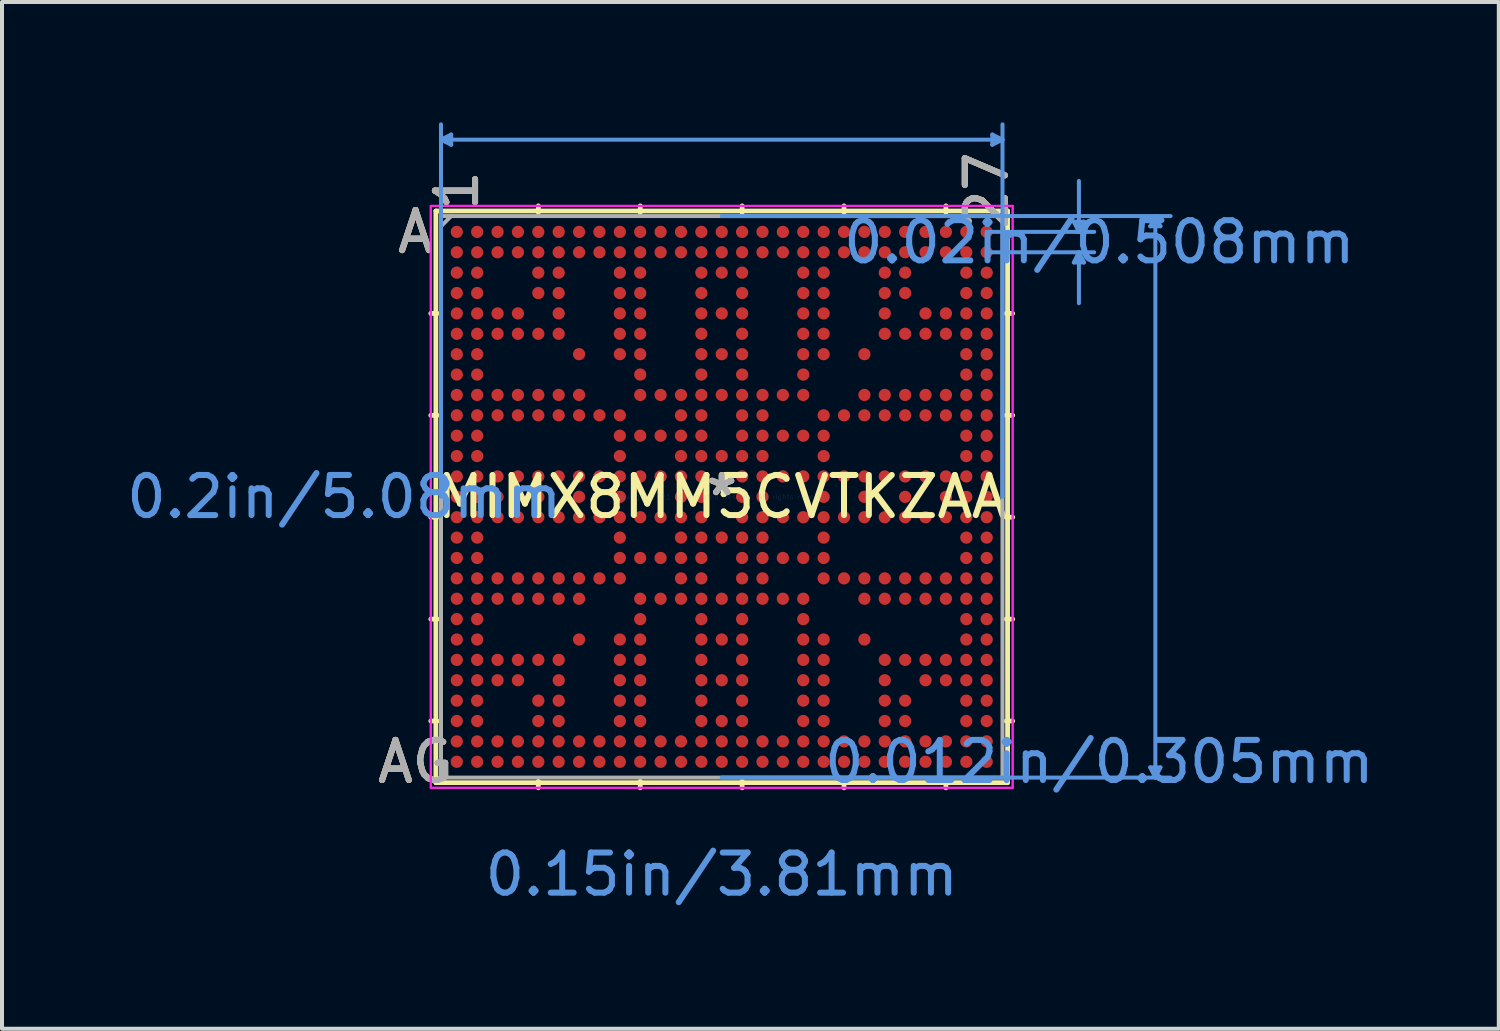
<source format=kicad_pcb>
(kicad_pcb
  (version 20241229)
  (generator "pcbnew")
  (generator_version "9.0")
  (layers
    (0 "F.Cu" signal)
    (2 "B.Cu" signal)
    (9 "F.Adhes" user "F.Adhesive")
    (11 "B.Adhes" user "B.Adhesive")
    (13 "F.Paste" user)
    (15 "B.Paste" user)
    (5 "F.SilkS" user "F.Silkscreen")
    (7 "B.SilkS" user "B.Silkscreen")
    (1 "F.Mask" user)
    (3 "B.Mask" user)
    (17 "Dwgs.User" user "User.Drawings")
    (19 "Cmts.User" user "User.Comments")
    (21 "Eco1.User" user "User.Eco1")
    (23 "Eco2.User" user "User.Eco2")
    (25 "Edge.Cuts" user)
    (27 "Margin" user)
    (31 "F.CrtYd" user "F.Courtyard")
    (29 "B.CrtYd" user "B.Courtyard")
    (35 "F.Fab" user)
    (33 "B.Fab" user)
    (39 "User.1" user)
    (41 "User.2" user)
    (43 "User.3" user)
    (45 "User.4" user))
  (footprint "MIMX8MM5CVTKZAA"
    (layer "F.Cu")
    (at 14.94 9.334)
    (property "Reference" "MIMX8MM5CVTKZAA" (at 0 0 0) (layer "F.SilkS") (effects (font (size 1 1) (thickness 0.15))))
    (attr through_hole)
    (fp_line (start -7.125 -7.125) (end -7.125 7.125) (stroke (width 0.12) (type solid)) (layer "F.SilkS"))
    (fp_line (start -7.125 7.125) (end 7.125 7.125) (stroke (width 0.12) (type solid)) (layer "F.SilkS"))
    (fp_line (start -7.089 -4.572) (end -7.252 -4.572) (stroke (width 0.12) (type solid)) (layer "F.SilkS"))
    (fp_line (start -7.089 -2.032) (end -7.252 -2.032) (stroke (width 0.12) (type solid)) (layer "F.SilkS"))
    (fp_line (start -7.089 0.508) (end -7.252 0.508) (stroke (width 0.12) (type solid)) (layer "F.SilkS"))
    (fp_line (start -7.089 3.048) (end -7.252 3.048) (stroke (width 0.12) (type solid)) (layer "F.SilkS"))
    (fp_line (start -7.089 5.588) (end -7.252 5.588) (stroke (width 0.12) (type solid)) (layer "F.SilkS"))
    (fp_line (start -4.572 -7.089) (end -4.572 -7.252) (stroke (width 0.12) (type solid)) (layer "F.SilkS"))
    (fp_line (start -4.572 7.089) (end -4.572 7.252) (stroke (width 0.12) (type solid)) (layer "F.SilkS"))
    (fp_line (start -2.032 -7.089) (end -2.032 -7.252) (stroke (width 0.12) (type solid)) (layer "F.SilkS"))
    (fp_line (start -2.032 7.089) (end -2.032 7.252) (stroke (width 0.12) (type solid)) (layer "F.SilkS"))
    (fp_line (start 0.508 -7.089) (end 0.508 -7.252) (stroke (width 0.12) (type solid)) (layer "F.SilkS"))
    (fp_line (start 0.508 7.089) (end 0.508 7.252) (stroke (width 0.12) (type solid)) (layer "F.SilkS"))
    (fp_line (start 3.048 -7.089) (end 3.048 -7.252) (stroke (width 0.12) (type solid)) (layer "F.SilkS"))
    (fp_line (start 3.048 7.089) (end 3.048 7.252) (stroke (width 0.12) (type solid)) (layer "F.SilkS"))
    (fp_line (start 5.588 -7.089) (end 5.588 -7.252) (stroke (width 0.12) (type solid)) (layer "F.SilkS"))
    (fp_line (start 5.588 7.089) (end 5.588 7.252) (stroke (width 0.12) (type solid)) (layer "F.SilkS"))
    (fp_line (start 7.089 -4.572) (end 7.252 -4.572) (stroke (width 0.12) (type solid)) (layer "F.SilkS"))
    (fp_line (start 7.089 -2.032) (end 7.252 -2.032) (stroke (width 0.12) (type solid)) (layer "F.SilkS"))
    (fp_line (start 7.089 0.508) (end 7.252 0.508) (stroke (width 0.12) (type solid)) (layer "F.SilkS"))
    (fp_line (start 7.089 3.048) (end 7.252 3.048) (stroke (width 0.12) (type solid)) (layer "F.SilkS"))
    (fp_line (start 7.089 5.588) (end 7.252 5.588) (stroke (width 0.12) (type solid)) (layer "F.SilkS"))
    (fp_line (start 7.125 -7.125) (end -7.125 -7.125) (stroke (width 0.12) (type solid)) (layer "F.SilkS"))
    (fp_line (start 7.125 7.125) (end 7.125 -7.125) (stroke (width 0.12) (type solid)) (layer "F.SilkS"))
    (fp_line (start -6.998 -8.903) (end -6.744 -9.03) (stroke (width 0.1) (type solid)) (layer "Cmts.User"))
    (fp_line (start -6.998 -8.903) (end -6.744 -8.776) (stroke (width 0.1) (type solid)) (layer "Cmts.User"))
    (fp_line (start -6.998 -8.903) (end 6.998 -8.903) (stroke (width 0.1) (type solid)) (layer "Cmts.User"))
    (fp_line (start -6.998 0) (end -6.998 -9.284) (stroke (width 0.1) (type solid)) (layer "Cmts.User"))
    (fp_line (start -6.744 -9.03) (end -6.744 -8.776) (stroke (width 0.1) (type solid)) (layer "Cmts.User"))
    (fp_line (start 0 -6.998) (end 11.189 -6.998) (stroke (width 0.1) (type solid)) (layer "Cmts.User"))
    (fp_line (start 0 6.998) (end 11.189 6.998) (stroke (width 0.1) (type solid)) (layer "Cmts.User"))
    (fp_line (start 6.604 -6.604) (end 9.284 -6.604) (stroke (width 0.1) (type solid)) (layer "Cmts.User"))
    (fp_line (start 6.604 -6.096) (end 9.284 -6.096) (stroke (width 0.1) (type solid)) (layer "Cmts.User"))
    (fp_line (start 6.744 -9.03) (end 6.744 -8.776) (stroke (width 0.1) (type solid)) (layer "Cmts.User"))
    (fp_line (start 6.998 -8.903) (end 6.744 -9.03) (stroke (width 0.1) (type solid)) (layer "Cmts.User"))
    (fp_line (start 6.998 -8.903) (end 6.744 -8.776) (stroke (width 0.1) (type solid)) (layer "Cmts.User"))
    (fp_line (start 6.998 0) (end 6.998 -9.284) (stroke (width 0.1) (type solid)) (layer "Cmts.User"))
    (fp_line (start 8.776 -6.858) (end 9.03 -6.858) (stroke (width 0.1) (type solid)) (layer "Cmts.User"))
    (fp_line (start 8.776 -5.842) (end 9.03 -5.842) (stroke (width 0.1) (type solid)) (layer "Cmts.User"))
    (fp_line (start 8.903 -6.604) (end 8.776 -6.858) (stroke (width 0.1) (type solid)) (layer "Cmts.User"))
    (fp_line (start 8.903 -6.604) (end 8.903 -7.874) (stroke (width 0.1) (type solid)) (layer "Cmts.User"))
    (fp_line (start 8.903 -6.604) (end 9.03 -6.858) (stroke (width 0.1) (type solid)) (layer "Cmts.User"))
    (fp_line (start 8.903 -6.096) (end 8.776 -5.842) (stroke (width 0.1) (type solid)) (layer "Cmts.User"))
    (fp_line (start 8.903 -6.096) (end 8.903 -4.826) (stroke (width 0.1) (type solid)) (layer "Cmts.User"))
    (fp_line (start 8.903 -6.096) (end 9.03 -5.842) (stroke (width 0.1) (type solid)) (layer "Cmts.User"))
    (fp_line (start 10.681 -6.744) (end 10.935 -6.744) (stroke (width 0.1) (type solid)) (layer "Cmts.User"))
    (fp_line (start 10.681 6.744) (end 10.935 6.744) (stroke (width 0.1) (type solid)) (layer "Cmts.User"))
    (fp_line (start 10.808 -6.998) (end 10.681 -6.744) (stroke (width 0.1) (type solid)) (layer "Cmts.User"))
    (fp_line (start 10.808 -6.998) (end 10.808 6.998) (stroke (width 0.1) (type solid)) (layer "Cmts.User"))
    (fp_line (start 10.808 -6.998) (end 10.935 -6.744) (stroke (width 0.1) (type solid)) (layer "Cmts.User"))
    (fp_line (start 10.808 6.998) (end 10.681 6.744) (stroke (width 0.1) (type solid)) (layer "Cmts.User"))
    (fp_line (start 10.808 6.998) (end 10.935 6.744) (stroke (width 0.1) (type solid)) (layer "Cmts.User"))
    (fp_line (start -7.252 -7.252) (end 7.252 -7.252) (stroke (width 0.05) (type solid)) (layer "F.CrtYd"))
    (fp_line (start -7.252 -7.252) (end 7.252 -7.252) (stroke (width 0.05) (type solid)) (layer "F.CrtYd"))
    (fp_line (start -7.252 7.252) (end -7.252 -7.252) (stroke (width 0.05) (type solid)) (layer "F.CrtYd"))
    (fp_line (start -7.252 7.252) (end -7.252 -7.252) (stroke (width 0.05) (type solid)) (layer "F.CrtYd"))
    (fp_line (start 7.252 -7.252) (end 7.252 7.252) (stroke (width 0.05) (type solid)) (layer "F.CrtYd"))
    (fp_line (start 7.252 -7.252) (end 7.252 7.252) (stroke (width 0.05) (type solid)) (layer "F.CrtYd"))
    (fp_line (start 7.252 7.252) (end -7.252 7.252) (stroke (width 0.05) (type solid)) (layer "F.CrtYd"))
    (fp_line (start 7.252 7.252) (end -7.252 7.252) (stroke (width 0.05) (type solid)) (layer "F.CrtYd"))
    (fp_line (start -6.998 -6.998) (end -6.998 6.998) (stroke (width 0.1) (type solid)) (layer "F.Fab"))
    (fp_line (start -6.998 6.998) (end 6.998 6.998) (stroke (width 0.1) (type solid)) (layer "F.Fab"))
    (fp_line (start -6.744 -6.998) (end -6.998 -6.744) (stroke (width 0.1) (type solid)) (layer "F.Fab"))
    (fp_line (start 6.998 -6.998) (end -6.998 -6.998) (stroke (width 0.1) (type solid)) (layer "F.Fab"))
    (fp_line (start 6.998 6.998) (end 6.998 -6.998) (stroke (width 0.1) (type solid)) (layer "F.Fab"))
    (fp_text user "27" (at 6.604 -7.633 90) (layer "F.SilkS") (effects (font (size 1 1) (thickness 0.15))))
    (fp_text user "A" (at -7.633 -6.604 0) (layer "F.SilkS") (effects (font (size 1 1) (thickness 0.15))))
    (fp_text user "AG" (at -7.633 6.604 0) (layer "F.SilkS") (effects (font (size 1 1) (thickness 0.15))))
    (fp_text user "1" (at -6.604 -7.633 90) (layer "F.SilkS") (effects (font (size 1 1) (thickness 0.15))))
    (fp_text user "*" (at 0 0 0) (layer "F.SilkS") (effects (font (size 1 1) (thickness 0.15))))
    (fp_text user "A" (at -7.633 -6.604 0) (layer "B.SilkS") (effects (font (size 1 1) (thickness 0.15))))
    (fp_text user "27" (at 6.604 -7.633 90) (layer "B.SilkS") (effects (font (size 1 1) (thickness 0.15))))
    (fp_text user "1" (at -6.604 -7.633 90) (layer "B.SilkS") (effects (font (size 1 1) (thickness 0.15))))
    (fp_text user "AG" (at -7.633 6.604 0) (layer "B.SilkS") (effects (font (size 1 1) (thickness 0.15))))
    (fp_text user "0.012in/0.305mm" (at 9.411 6.604 0) (layer "Cmts.User") (effects (font (size 1 1) (thickness 0.15))))
    (fp_text user "Copyright 2021 Accelerated Designs. All rights reserved." (at 0 0 0) (layer "Cmts.User") (effects (font (size 0.127 0.127) (thickness 0.002))))
    (fp_text user "0.15in/3.81mm" (at 0 9.411 0) (layer "Cmts.User") (effects (font (size 1 1) (thickness 0.15))))
    (fp_text user "0.02in/0.508mm" (at 9.411 -6.35 0) (layer "Cmts.User") (effects (font (size 1 1) (thickness 0.15))))
    (fp_text user "0.2in/5.08mm" (at -9.411 0 0) (layer "Cmts.User") (effects (font (size 1 1) (thickness 0.15))))
    (fp_text user "AG" (at -7.633 6.604 0) (layer "F.Fab") (effects (font (size 1 1) (thickness 0.15))))
    (fp_text user "*" (at 0 0 0) (layer "F.Fab") (effects (font (size 1 1) (thickness 0.15))))
    (fp_text user "A" (at -7.633 -6.604 0) (layer "F.Fab") (effects (font (size 1 1) (thickness 0.15))))
    (fp_text user "1" (at -6.604 -7.633 90) (layer "F.Fab") (effects (font (size 1 1) (thickness 0.15))))
    (fp_text user "27" (at 6.604 -7.633 90) (layer "F.Fab") (effects (font (size 1 1) (thickness 0.15))))
    (pad "A1" smd circle (at -6.604 -6.604) (size 0.305 0.305) (layers "F.Cu" "F.Mask" "F.Paste"))
    (pad "A2" smd circle (at -6.096 -6.604) (size 0.305 0.305) (layers "F.Cu" "F.Mask" "F.Paste"))
    (pad "A3" smd circle (at -5.588 -6.604) (size 0.305 0.305) (layers "F.Cu" "F.Mask" "F.Paste"))
    (pad "A4" smd circle (at -5.08 -6.604) (size 0.305 0.305) (layers "F.Cu" "F.Mask" "F.Paste"))
    (pad "A5" smd circle (at -4.572 -6.604) (size 0.305 0.305) (layers "F.Cu" "F.Mask" "F.Paste"))
    (pad "A6" smd circle (at -4.064 -6.604) (size 0.305 0.305) (layers "F.Cu" "F.Mask" "F.Paste"))
    (pad "A7" smd circle (at -3.556 -6.604) (size 0.305 0.305) (layers "F.Cu" "F.Mask" "F.Paste"))
    (pad "A8" smd circle (at -3.048 -6.604) (size 0.305 0.305) (layers "F.Cu" "F.Mask" "F.Paste"))
    (pad "A9" smd circle (at -2.54 -6.604) (size 0.305 0.305) (layers "F.Cu" "F.Mask" "F.Paste"))
    (pad "A10" smd circle (at -2.032 -6.604) (size 0.305 0.305) (layers "F.Cu" "F.Mask" "F.Paste"))
    (pad "A11" smd circle (at -1.524 -6.604) (size 0.305 0.305) (layers "F.Cu" "F.Mask" "F.Paste"))
    (pad "A12" smd circle (at -1.016 -6.604) (size 0.305 0.305) (layers "F.Cu" "F.Mask" "F.Paste"))
    (pad "A13" smd circle (at -0.508 -6.604) (size 0.305 0.305) (layers "F.Cu" "F.Mask" "F.Paste"))
    (pad "A14" smd circle (at 0 -6.604) (size 0.305 0.305) (layers "F.Cu" "F.Mask" "F.Paste"))
    (pad "A15" smd circle (at 0.508 -6.604) (size 0.305 0.305) (layers "F.Cu" "F.Mask" "F.Paste"))
    (pad "A16" smd circle (at 1.016 -6.604) (size 0.305 0.305) (layers "F.Cu" "F.Mask" "F.Paste"))
    (pad "A17" smd circle (at 1.524 -6.604) (size 0.305 0.305) (layers "F.Cu" "F.Mask" "F.Paste"))
    (pad "A18" smd circle (at 2.032 -6.604) (size 0.305 0.305) (layers "F.Cu" "F.Mask" "F.Paste"))
    (pad "A19" smd circle (at 2.54 -6.604) (size 0.305 0.305) (layers "F.Cu" "F.Mask" "F.Paste"))
    (pad "A20" smd circle (at 3.048 -6.604) (size 0.305 0.305) (layers "F.Cu" "F.Mask" "F.Paste"))
    (pad "A21" smd circle (at 3.556 -6.604) (size 0.305 0.305) (layers "F.Cu" "F.Mask" "F.Paste"))
    (pad "A22" smd circle (at 4.064 -6.604) (size 0.305 0.305) (layers "F.Cu" "F.Mask" "F.Paste"))
    (pad "A23" smd circle (at 4.572 -6.604) (size 0.305 0.305) (layers "F.Cu" "F.Mask" "F.Paste"))
    (pad "A24" smd circle (at 5.08 -6.604) (size 0.305 0.305) (layers "F.Cu" "F.Mask" "F.Paste"))
    (pad "A25" smd circle (at 5.588 -6.604) (size 0.305 0.305) (layers "F.Cu" "F.Mask" "F.Paste"))
    (pad "A26" smd circle (at 6.096 -6.604) (size 0.305 0.305) (layers "F.Cu" "F.Mask" "F.Paste"))
    (pad "A27" smd circle (at 6.604 -6.604) (size 0.305 0.305) (layers "F.Cu" "F.Mask" "F.Paste"))
    (pad "AA1" smd circle (at -6.604 3.556) (size 0.305 0.305) (layers "F.Cu" "F.Mask" "F.Paste"))
    (pad "AA2" smd circle (at -6.096 3.556) (size 0.305 0.305) (layers "F.Cu" "F.Mask" "F.Paste"))
    (pad "AA7" smd circle (at -3.556 3.556) (size 0.305 0.305) (layers "F.Cu" "F.Mask" "F.Paste"))
    (pad "AA9" smd circle (at -2.54 3.556) (size 0.305 0.305) (layers "F.Cu" "F.Mask" "F.Paste"))
    (pad "AA10" smd circle (at -2.032 3.556) (size 0.305 0.305) (layers "F.Cu" "F.Mask" "F.Paste"))
    (pad "AA13" smd circle (at -0.508 3.556) (size 0.305 0.305) (layers "F.Cu" "F.Mask" "F.Paste"))
    (pad "AA14" smd circle (at 0 3.556) (size 0.305 0.305) (layers "F.Cu" "F.Mask" "F.Paste"))
    (pad "AA15" smd circle (at 0.508 3.556) (size 0.305 0.305) (layers "F.Cu" "F.Mask" "F.Paste"))
    (pad "AA18" smd circle (at 2.032 3.556) (size 0.305 0.305) (layers "F.Cu" "F.Mask" "F.Paste"))
    (pad "AA19" smd circle (at 2.54 3.556) (size 0.305 0.305) (layers "F.Cu" "F.Mask" "F.Paste"))
    (pad "AA21" smd circle (at 3.556 3.556) (size 0.305 0.305) (layers "F.Cu" "F.Mask" "F.Paste"))
    (pad "AA26" smd circle (at 6.096 3.556) (size 0.305 0.305) (layers "F.Cu" "F.Mask" "F.Paste"))
    (pad "AA27" smd circle (at 6.604 3.556) (size 0.305 0.305) (layers "F.Cu" "F.Mask" "F.Paste"))
    (pad "AB1" smd circle (at -6.604 4.064) (size 0.305 0.305) (layers "F.Cu" "F.Mask" "F.Paste"))
    (pad "AB2" smd circle (at -6.096 4.064) (size 0.305 0.305) (layers "F.Cu" "F.Mask" "F.Paste"))
    (pad "AB3" smd circle (at -5.588 4.064) (size 0.305 0.305) (layers "F.Cu" "F.Mask" "F.Paste"))
    (pad "AB4" smd circle (at -5.08 4.064) (size 0.305 0.305) (layers "F.Cu" "F.Mask" "F.Paste"))
    (pad "AB5" smd circle (at -4.572 4.064) (size 0.305 0.305) (layers "F.Cu" "F.Mask" "F.Paste"))
    (pad "AB6" smd circle (at -4.064 4.064) (size 0.305 0.305) (layers "F.Cu" "F.Mask" "F.Paste"))
    (pad "AB9" smd circle (at -2.54 4.064) (size 0.305 0.305) (layers "F.Cu" "F.Mask" "F.Paste"))
    (pad "AB10" smd circle (at -2.032 4.064) (size 0.305 0.305) (layers "F.Cu" "F.Mask" "F.Paste"))
    (pad "AB13" smd circle (at -0.508 4.064) (size 0.305 0.305) (layers "F.Cu" "F.Mask" "F.Paste"))
    (pad "AB15" smd circle (at 0.508 4.064) (size 0.305 0.305) (layers "F.Cu" "F.Mask" "F.Paste"))
    (pad "AB18" smd circle (at 2.032 4.064) (size 0.305 0.305) (layers "F.Cu" "F.Mask" "F.Paste"))
    (pad "AB19" smd circle (at 2.54 4.064) (size 0.305 0.305) (layers "F.Cu" "F.Mask" "F.Paste"))
    (pad "AB22" smd circle (at 4.064 4.064) (size 0.305 0.305) (layers "F.Cu" "F.Mask" "F.Paste"))
    (pad "AB23" smd circle (at 4.572 4.064) (size 0.305 0.305) (layers "F.Cu" "F.Mask" "F.Paste"))
    (pad "AB24" smd circle (at 5.08 4.064) (size 0.305 0.305) (layers "F.Cu" "F.Mask" "F.Paste"))
    (pad "AB25" smd circle (at 5.588 4.064) (size 0.305 0.305) (layers "F.Cu" "F.Mask" "F.Paste"))
    (pad "AB26" smd circle (at 6.096 4.064) (size 0.305 0.305) (layers "F.Cu" "F.Mask" "F.Paste"))
    (pad "AB27" smd circle (at 6.604 4.064) (size 0.305 0.305) (layers "F.Cu" "F.Mask" "F.Paste"))
    (pad "AC1" smd circle (at -6.604 4.572) (size 0.305 0.305) (layers "F.Cu" "F.Mask" "F.Paste"))
    (pad "AC2" smd circle (at -6.096 4.572) (size 0.305 0.305) (layers "F.Cu" "F.Mask" "F.Paste"))
    (pad "AC3" smd circle (at -5.588 4.572) (size 0.305 0.305) (layers "F.Cu" "F.Mask" "F.Paste"))
    (pad "AC4" smd circle (at -5.08 4.572) (size 0.305 0.305) (layers "F.Cu" "F.Mask" "F.Paste"))
    (pad "AC6" smd circle (at -4.064 4.572) (size 0.305 0.305) (layers "F.Cu" "F.Mask" "F.Paste"))
    (pad "AC9" smd circle (at -2.54 4.572) (size 0.305 0.305) (layers "F.Cu" "F.Mask" "F.Paste"))
    (pad "AC10" smd circle (at -2.032 4.572) (size 0.305 0.305) (layers "F.Cu" "F.Mask" "F.Paste"))
    (pad "AC13" smd circle (at -0.508 4.572) (size 0.305 0.305) (layers "F.Cu" "F.Mask" "F.Paste"))
    (pad "AC14" smd circle (at 0 4.572) (size 0.305 0.305) (layers "F.Cu" "F.Mask" "F.Paste"))
    (pad "AC15" smd circle (at 0.508 4.572) (size 0.305 0.305) (layers "F.Cu" "F.Mask" "F.Paste"))
    (pad "AC18" smd circle (at 2.032 4.572) (size 0.305 0.305) (layers "F.Cu" "F.Mask" "F.Paste"))
    (pad "AC19" smd circle (at 2.54 4.572) (size 0.305 0.305) (layers "F.Cu" "F.Mask" "F.Paste"))
    (pad "AC22" smd circle (at 4.064 4.572) (size 0.305 0.305) (layers "F.Cu" "F.Mask" "F.Paste"))
    (pad "AC24" smd circle (at 5.08 4.572) (size 0.305 0.305) (layers "F.Cu" "F.Mask" "F.Paste"))
    (pad "AC25" smd circle (at 5.588 4.572) (size 0.305 0.305) (layers "F.Cu" "F.Mask" "F.Paste"))
    (pad "AC26" smd circle (at 6.096 4.572) (size 0.305 0.305) (layers "F.Cu" "F.Mask" "F.Paste"))
    (pad "AC27" smd circle (at 6.604 4.572) (size 0.305 0.305) (layers "F.Cu" "F.Mask" "F.Paste"))
    (pad "AD1" smd circle (at -6.604 5.08) (size 0.305 0.305) (layers "F.Cu" "F.Mask" "F.Paste"))
    (pad "AD2" smd circle (at -6.096 5.08) (size 0.305 0.305) (layers "F.Cu" "F.Mask" "F.Paste"))
    (pad "AD5" smd circle (at -4.572 5.08) (size 0.305 0.305) (layers "F.Cu" "F.Mask" "F.Paste"))
    (pad "AD6" smd circle (at -4.064 5.08) (size 0.305 0.305) (layers "F.Cu" "F.Mask" "F.Paste"))
    (pad "AD9" smd circle (at -2.54 5.08) (size 0.305 0.305) (layers "F.Cu" "F.Mask" "F.Paste"))
    (pad "AD10" smd circle (at -2.032 5.08) (size 0.305 0.305) (layers "F.Cu" "F.Mask" "F.Paste"))
    (pad "AD13" smd circle (at -0.508 5.08) (size 0.305 0.305) (layers "F.Cu" "F.Mask" "F.Paste"))
    (pad "AD15" smd circle (at 0.508 5.08) (size 0.305 0.305) (layers "F.Cu" "F.Mask" "F.Paste"))
    (pad "AD18" smd circle (at 2.032 5.08) (size 0.305 0.305) (layers "F.Cu" "F.Mask" "F.Paste"))
    (pad "AD19" smd circle (at 2.54 5.08) (size 0.305 0.305) (layers "F.Cu" "F.Mask" "F.Paste"))
    (pad "AD22" smd circle (at 4.064 5.08) (size 0.305 0.305) (layers "F.Cu" "F.Mask" "F.Paste"))
    (pad "AD23" smd circle (at 4.572 5.08) (size 0.305 0.305) (layers "F.Cu" "F.Mask" "F.Paste"))
    (pad "AD26" smd circle (at 6.096 5.08) (size 0.305 0.305) (layers "F.Cu" "F.Mask" "F.Paste"))
    (pad "AD27" smd circle (at 6.604 5.08) (size 0.305 0.305) (layers "F.Cu" "F.Mask" "F.Paste"))
    (pad "AE1" smd circle (at -6.604 5.588) (size 0.305 0.305) (layers "F.Cu" "F.Mask" "F.Paste"))
    (pad "AE2" smd circle (at -6.096 5.588) (size 0.305 0.305) (layers "F.Cu" "F.Mask" "F.Paste"))
    (pad "AE5" smd circle (at -4.572 5.588) (size 0.305 0.305) (layers "F.Cu" "F.Mask" "F.Paste"))
    (pad "AE6" smd circle (at -4.064 5.588) (size 0.305 0.305) (layers "F.Cu" "F.Mask" "F.Paste"))
    (pad "AE9" smd circle (at -2.54 5.588) (size 0.305 0.305) (layers "F.Cu" "F.Mask" "F.Paste"))
    (pad "AE10" smd circle (at -2.032 5.588) (size 0.305 0.305) (layers "F.Cu" "F.Mask" "F.Paste"))
    (pad "AE13" smd circle (at -0.508 5.588) (size 0.305 0.305) (layers "F.Cu" "F.Mask" "F.Paste"))
    (pad "AE14" smd circle (at 0 5.588) (size 0.305 0.305) (layers "F.Cu" "F.Mask" "F.Paste"))
    (pad "AE15" smd circle (at 0.508 5.588) (size 0.305 0.305) (layers "F.Cu" "F.Mask" "F.Paste"))
    (pad "AE18" smd circle (at 2.032 5.588) (size 0.305 0.305) (layers "F.Cu" "F.Mask" "F.Paste"))
    (pad "AE19" smd circle (at 2.54 5.588) (size 0.305 0.305) (layers "F.Cu" "F.Mask" "F.Paste"))
    (pad "AE22" smd circle (at 4.064 5.588) (size 0.305 0.305) (layers "F.Cu" "F.Mask" "F.Paste"))
    (pad "AE23" smd circle (at 4.572 5.588) (size 0.305 0.305) (layers "F.Cu" "F.Mask" "F.Paste"))
    (pad "AE26" smd circle (at 6.096 5.588) (size 0.305 0.305) (layers "F.Cu" "F.Mask" "F.Paste"))
    (pad "AE27" smd circle (at 6.604 5.588) (size 0.305 0.305) (layers "F.Cu" "F.Mask" "F.Paste"))
    (pad "AF1" smd circle (at -6.604 6.096) (size 0.305 0.305) (layers "F.Cu" "F.Mask" "F.Paste"))
    (pad "AF2" smd circle (at -6.096 6.096) (size 0.305 0.305) (layers "F.Cu" "F.Mask" "F.Paste"))
    (pad "AF3" smd circle (at -5.588 6.096) (size 0.305 0.305) (layers "F.Cu" "F.Mask" "F.Paste"))
    (pad "AF4" smd circle (at -5.08 6.096) (size 0.305 0.305) (layers "F.Cu" "F.Mask" "F.Paste"))
    (pad "AF5" smd circle (at -4.572 6.096) (size 0.305 0.305) (layers "F.Cu" "F.Mask" "F.Paste"))
    (pad "AF6" smd circle (at -4.064 6.096) (size 0.305 0.305) (layers "F.Cu" "F.Mask" "F.Paste"))
    (pad "AF7" smd circle (at -3.556 6.096) (size 0.305 0.305) (layers "F.Cu" "F.Mask" "F.Paste"))
    (pad "AF8" smd circle (at -3.048 6.096) (size 0.305 0.305) (layers "F.Cu" "F.Mask" "F.Paste"))
    (pad "AF9" smd circle (at -2.54 6.096) (size 0.305 0.305) (layers "F.Cu" "F.Mask" "F.Paste"))
    (pad "AF10" smd circle (at -2.032 6.096) (size 0.305 0.305) (layers "F.Cu" "F.Mask" "F.Paste"))
    (pad "AF11" smd circle (at -1.524 6.096) (size 0.305 0.305) (layers "F.Cu" "F.Mask" "F.Paste"))
    (pad "AF12" smd circle (at -1.016 6.096) (size 0.305 0.305) (layers "F.Cu" "F.Mask" "F.Paste"))
    (pad "AF13" smd circle (at -0.508 6.096) (size 0.305 0.305) (layers "F.Cu" "F.Mask" "F.Paste"))
    (pad "AF14" smd circle (at 0 6.096) (size 0.305 0.305) (layers "F.Cu" "F.Mask" "F.Paste"))
    (pad "AF15" smd circle (at 0.508 6.096) (size 0.305 0.305) (layers "F.Cu" "F.Mask" "F.Paste"))
    (pad "AF16" smd circle (at 1.016 6.096) (size 0.305 0.305) (layers "F.Cu" "F.Mask" "F.Paste"))
    (pad "AF17" smd circle (at 1.524 6.096) (size 0.305 0.305) (layers "F.Cu" "F.Mask" "F.Paste"))
    (pad "AF18" smd circle (at 2.032 6.096) (size 0.305 0.305) (layers "F.Cu" "F.Mask" "F.Paste"))
    (pad "AF19" smd circle (at 2.54 6.096) (size 0.305 0.305) (layers "F.Cu" "F.Mask" "F.Paste"))
    (pad "AF20" smd circle (at 3.048 6.096) (size 0.305 0.305) (layers "F.Cu" "F.Mask" "F.Paste"))
    (pad "AF21" smd circle (at 3.556 6.096) (size 0.305 0.305) (layers "F.Cu" "F.Mask" "F.Paste"))
    (pad "AF22" smd circle (at 4.064 6.096) (size 0.305 0.305) (layers "F.Cu" "F.Mask" "F.Paste"))
    (pad "AF23" smd circle (at 4.572 6.096) (size 0.305 0.305) (layers "F.Cu" "F.Mask" "F.Paste"))
    (pad "AF24" smd circle (at 5.08 6.096) (size 0.305 0.305) (layers "F.Cu" "F.Mask" "F.Paste"))
    (pad "AF25" smd circle (at 5.588 6.096) (size 0.305 0.305) (layers "F.Cu" "F.Mask" "F.Paste"))
    (pad "AF26" smd circle (at 6.096 6.096) (size 0.305 0.305) (layers "F.Cu" "F.Mask" "F.Paste"))
    (pad "AF27" smd circle (at 6.604 6.096) (size 0.305 0.305) (layers "F.Cu" "F.Mask" "F.Paste"))
    (pad "AG1" smd circle (at -6.604 6.604) (size 0.305 0.305) (layers "F.Cu" "F.Mask" "F.Paste"))
    (pad "AG2" smd circle (at -6.096 6.604) (size 0.305 0.305) (layers "F.Cu" "F.Mask" "F.Paste"))
    (pad "AG3" smd circle (at -5.588 6.604) (size 0.305 0.305) (layers "F.Cu" "F.Mask" "F.Paste"))
    (pad "AG4" smd circle (at -5.08 6.604) (size 0.305 0.305) (layers "F.Cu" "F.Mask" "F.Paste"))
    (pad "AG5" smd circle (at -4.572 6.604) (size 0.305 0.305) (layers "F.Cu" "F.Mask" "F.Paste"))
    (pad "AG6" smd circle (at -4.064 6.604) (size 0.305 0.305) (layers "F.Cu" "F.Mask" "F.Paste"))
    (pad "AG7" smd circle (at -3.556 6.604) (size 0.305 0.305) (layers "F.Cu" "F.Mask" "F.Paste"))
    (pad "AG8" smd circle (at -3.048 6.604) (size 0.305 0.305) (layers "F.Cu" "F.Mask" "F.Paste"))
    (pad "AG9" smd circle (at -2.54 6.604) (size 0.305 0.305) (layers "F.Cu" "F.Mask" "F.Paste"))
    (pad "AG10" smd circle (at -2.032 6.604) (size 0.305 0.305) (layers "F.Cu" "F.Mask" "F.Paste"))
    (pad "AG11" smd circle (at -1.524 6.604) (size 0.305 0.305) (layers "F.Cu" "F.Mask" "F.Paste"))
    (pad "AG12" smd circle (at -1.016 6.604) (size 0.305 0.305) (layers "F.Cu" "F.Mask" "F.Paste"))
    (pad "AG13" smd circle (at -0.508 6.604) (size 0.305 0.305) (layers "F.Cu" "F.Mask" "F.Paste"))
    (pad "AG14" smd circle (at 0 6.604) (size 0.305 0.305) (layers "F.Cu" "F.Mask" "F.Paste"))
    (pad "AG15" smd circle (at 0.508 6.604) (size 0.305 0.305) (layers "F.Cu" "F.Mask" "F.Paste"))
    (pad "AG16" smd circle (at 1.016 6.604) (size 0.305 0.305) (layers "F.Cu" "F.Mask" "F.Paste"))
    (pad "AG17" smd circle (at 1.524 6.604) (size 0.305 0.305) (layers "F.Cu" "F.Mask" "F.Paste"))
    (pad "AG18" smd circle (at 2.032 6.604) (size 0.305 0.305) (layers "F.Cu" "F.Mask" "F.Paste"))
    (pad "AG19" smd circle (at 2.54 6.604) (size 0.305 0.305) (layers "F.Cu" "F.Mask" "F.Paste"))
    (pad "AG20" smd circle (at 3.048 6.604) (size 0.305 0.305) (layers "F.Cu" "F.Mask" "F.Paste"))
    (pad "AG21" smd circle (at 3.556 6.604) (size 0.305 0.305) (layers "F.Cu" "F.Mask" "F.Paste"))
    (pad "AG22" smd circle (at 4.064 6.604) (size 0.305 0.305) (layers "F.Cu" "F.Mask" "F.Paste"))
    (pad "AG23" smd circle (at 4.572 6.604) (size 0.305 0.305) (layers "F.Cu" "F.Mask" "F.Paste"))
    (pad "AG24" smd circle (at 5.08 6.604) (size 0.305 0.305) (layers "F.Cu" "F.Mask" "F.Paste"))
    (pad "AG25" smd circle (at 5.588 6.604) (size 0.305 0.305) (layers "F.Cu" "F.Mask" "F.Paste"))
    (pad "AG26" smd circle (at 6.096 6.604) (size 0.305 0.305) (layers "F.Cu" "F.Mask" "F.Paste"))
    (pad "AG27" smd circle (at 6.604 6.604) (size 0.305 0.305) (layers "F.Cu" "F.Mask" "F.Paste"))
    (pad "B1" smd circle (at -6.604 -6.096) (size 0.305 0.305) (layers "F.Cu" "F.Mask" "F.Paste"))
    (pad "B2" smd circle (at -6.096 -6.096) (size 0.305 0.305) (layers "F.Cu" "F.Mask" "F.Paste"))
    (pad "B3" smd circle (at -5.588 -6.096) (size 0.305 0.305) (layers "F.Cu" "F.Mask" "F.Paste"))
    (pad "B4" smd circle (at -5.08 -6.096) (size 0.305 0.305) (layers "F.Cu" "F.Mask" "F.Paste"))
    (pad "B5" smd circle (at -4.572 -6.096) (size 0.305 0.305) (layers "F.Cu" "F.Mask" "F.Paste"))
    (pad "B6" smd circle (at -4.064 -6.096) (size 0.305 0.305) (layers "F.Cu" "F.Mask" "F.Paste"))
    (pad "B7" smd circle (at -3.556 -6.096) (size 0.305 0.305) (layers "F.Cu" "F.Mask" "F.Paste"))
    (pad "B8" smd circle (at -3.048 -6.096) (size 0.305 0.305) (layers "F.Cu" "F.Mask" "F.Paste"))
    (pad "B9" smd circle (at -2.54 -6.096) (size 0.305 0.305) (layers "F.Cu" "F.Mask" "F.Paste"))
    (pad "B10" smd circle (at -2.032 -6.096) (size 0.305 0.305) (layers "F.Cu" "F.Mask" "F.Paste"))
    (pad "B11" smd circle (at -1.524 -6.096) (size 0.305 0.305) (layers "F.Cu" "F.Mask" "F.Paste"))
    (pad "B12" smd circle (at -1.016 -6.096) (size 0.305 0.305) (layers "F.Cu" "F.Mask" "F.Paste"))
    (pad "B13" smd circle (at -0.508 -6.096) (size 0.305 0.305) (layers "F.Cu" "F.Mask" "F.Paste"))
    (pad "B14" smd circle (at 0 -6.096) (size 0.305 0.305) (layers "F.Cu" "F.Mask" "F.Paste"))
    (pad "B15" smd circle (at 0.508 -6.096) (size 0.305 0.305) (layers "F.Cu" "F.Mask" "F.Paste"))
    (pad "B16" smd circle (at 1.016 -6.096) (size 0.305 0.305) (layers "F.Cu" "F.Mask" "F.Paste"))
    (pad "B17" smd circle (at 1.524 -6.096) (size 0.305 0.305) (layers "F.Cu" "F.Mask" "F.Paste"))
    (pad "B18" smd circle (at 2.032 -6.096) (size 0.305 0.305) (layers "F.Cu" "F.Mask" "F.Paste"))
    (pad "B19" smd circle (at 2.54 -6.096) (size 0.305 0.305) (layers "F.Cu" "F.Mask" "F.Paste"))
    (pad "B20" smd circle (at 3.048 -6.096) (size 0.305 0.305) (layers "F.Cu" "F.Mask" "F.Paste"))
    (pad "B21" smd circle (at 3.556 -6.096) (size 0.305 0.305) (layers "F.Cu" "F.Mask" "F.Paste"))
    (pad "B22" smd circle (at 4.064 -6.096) (size 0.305 0.305) (layers "F.Cu" "F.Mask" "F.Paste"))
    (pad "B23" smd circle (at 4.572 -6.096) (size 0.305 0.305) (layers "F.Cu" "F.Mask" "F.Paste"))
    (pad "B24" smd circle (at 5.08 -6.096) (size 0.305 0.305) (layers "F.Cu" "F.Mask" "F.Paste"))
    (pad "B25" smd circle (at 5.588 -6.096) (size 0.305 0.305) (layers "F.Cu" "F.Mask" "F.Paste"))
    (pad "B26" smd circle (at 6.096 -6.096) (size 0.305 0.305) (layers "F.Cu" "F.Mask" "F.Paste"))
    (pad "B27" smd circle (at 6.604 -6.096) (size 0.305 0.305) (layers "F.Cu" "F.Mask" "F.Paste"))
    (pad "C1" smd circle (at -6.604 -5.588) (size 0.305 0.305) (layers "F.Cu" "F.Mask" "F.Paste"))
    (pad "C2" smd circle (at -6.096 -5.588) (size 0.305 0.305) (layers "F.Cu" "F.Mask" "F.Paste"))
    (pad "C5" smd circle (at -4.572 -5.588) (size 0.305 0.305) (layers "F.Cu" "F.Mask" "F.Paste"))
    (pad "C6" smd circle (at -4.064 -5.588) (size 0.305 0.305) (layers "F.Cu" "F.Mask" "F.Paste"))
    (pad "C9" smd circle (at -2.54 -5.588) (size 0.305 0.305) (layers "F.Cu" "F.Mask" "F.Paste"))
    (pad "C10" smd circle (at -2.032 -5.588) (size 0.305 0.305) (layers "F.Cu" "F.Mask" "F.Paste"))
    (pad "C13" smd circle (at -0.508 -5.588) (size 0.305 0.305) (layers "F.Cu" "F.Mask" "F.Paste"))
    (pad "C14" smd circle (at 0 -5.588) (size 0.305 0.305) (layers "F.Cu" "F.Mask" "F.Paste"))
    (pad "C15" smd circle (at 0.508 -5.588) (size 0.305 0.305) (layers "F.Cu" "F.Mask" "F.Paste"))
    (pad "C18" smd circle (at 2.032 -5.588) (size 0.305 0.305) (layers "F.Cu" "F.Mask" "F.Paste"))
    (pad "C19" smd circle (at 2.54 -5.588) (size 0.305 0.305) (layers "F.Cu" "F.Mask" "F.Paste"))
    (pad "C22" smd circle (at 4.064 -5.588) (size 0.305 0.305) (layers "F.Cu" "F.Mask" "F.Paste"))
    (pad "C23" smd circle (at 4.572 -5.588) (size 0.305 0.305) (layers "F.Cu" "F.Mask" "F.Paste"))
    (pad "C26" smd circle (at 6.096 -5.588) (size 0.305 0.305) (layers "F.Cu" "F.Mask" "F.Paste"))
    (pad "C27" smd circle (at 6.604 -5.588) (size 0.305 0.305) (layers "F.Cu" "F.Mask" "F.Paste"))
    (pad "D1" smd circle (at -6.604 -5.08) (size 0.305 0.305) (layers "F.Cu" "F.Mask" "F.Paste"))
    (pad "D2" smd circle (at -6.096 -5.08) (size 0.305 0.305) (layers "F.Cu" "F.Mask" "F.Paste"))
    (pad "D5" smd circle (at -4.572 -5.08) (size 0.305 0.305) (layers "F.Cu" "F.Mask" "F.Paste"))
    (pad "D6" smd circle (at -4.064 -5.08) (size 0.305 0.305) (layers "F.Cu" "F.Mask" "F.Paste"))
    (pad "D9" smd circle (at -2.54 -5.08) (size 0.305 0.305) (layers "F.Cu" "F.Mask" "F.Paste"))
    (pad "D10" smd circle (at -2.032 -5.08) (size 0.305 0.305) (layers "F.Cu" "F.Mask" "F.Paste"))
    (pad "D13" smd circle (at -0.508 -5.08) (size 0.305 0.305) (layers "F.Cu" "F.Mask" "F.Paste"))
    (pad "D15" smd circle (at 0.508 -5.08) (size 0.305 0.305) (layers "F.Cu" "F.Mask" "F.Paste"))
    (pad "D18" smd circle (at 2.032 -5.08) (size 0.305 0.305) (layers "F.Cu" "F.Mask" "F.Paste"))
    (pad "D19" smd circle (at 2.54 -5.08) (size 0.305 0.305) (layers "F.Cu" "F.Mask" "F.Paste"))
    (pad "D22" smd circle (at 4.064 -5.08) (size 0.305 0.305) (layers "F.Cu" "F.Mask" "F.Paste"))
    (pad "D23" smd circle (at 4.572 -5.08) (size 0.305 0.305) (layers "F.Cu" "F.Mask" "F.Paste"))
    (pad "D26" smd circle (at 6.096 -5.08) (size 0.305 0.305) (layers "F.Cu" "F.Mask" "F.Paste"))
    (pad "D27" smd circle (at 6.604 -5.08) (size 0.305 0.305) (layers "F.Cu" "F.Mask" "F.Paste"))
    (pad "E1" smd circle (at -6.604 -4.572) (size 0.305 0.305) (layers "F.Cu" "F.Mask" "F.Paste"))
    (pad "E2" smd circle (at -6.096 -4.572) (size 0.305 0.305) (layers "F.Cu" "F.Mask" "F.Paste"))
    (pad "E3" smd circle (at -5.588 -4.572) (size 0.305 0.305) (layers "F.Cu" "F.Mask" "F.Paste"))
    (pad "E4" smd circle (at -5.08 -4.572) (size 0.305 0.305) (layers "F.Cu" "F.Mask" "F.Paste"))
    (pad "E6" smd circle (at -4.064 -4.572) (size 0.305 0.305) (layers "F.Cu" "F.Mask" "F.Paste"))
    (pad "E9" smd circle (at -2.54 -4.572) (size 0.305 0.305) (layers "F.Cu" "F.Mask" "F.Paste"))
    (pad "E10" smd circle (at -2.032 -4.572) (size 0.305 0.305) (layers "F.Cu" "F.Mask" "F.Paste"))
    (pad "E13" smd circle (at -0.508 -4.572) (size 0.305 0.305) (layers "F.Cu" "F.Mask" "F.Paste"))
    (pad "E14" smd circle (at 0 -4.572) (size 0.305 0.305) (layers "F.Cu" "F.Mask" "F.Paste"))
    (pad "E15" smd circle (at 0.508 -4.572) (size 0.305 0.305) (layers "F.Cu" "F.Mask" "F.Paste"))
    (pad "E18" smd circle (at 2.032 -4.572) (size 0.305 0.305) (layers "F.Cu" "F.Mask" "F.Paste"))
    (pad "E19" smd circle (at 2.54 -4.572) (size 0.305 0.305) (layers "F.Cu" "F.Mask" "F.Paste"))
    (pad "E22" smd circle (at 4.064 -4.572) (size 0.305 0.305) (layers "F.Cu" "F.Mask" "F.Paste"))
    (pad "E24" smd circle (at 5.08 -4.572) (size 0.305 0.305) (layers "F.Cu" "F.Mask" "F.Paste"))
    (pad "E25" smd circle (at 5.588 -4.572) (size 0.305 0.305) (layers "F.Cu" "F.Mask" "F.Paste"))
    (pad "E26" smd circle (at 6.096 -4.572) (size 0.305 0.305) (layers "F.Cu" "F.Mask" "F.Paste"))
    (pad "E27" smd circle (at 6.604 -4.572) (size 0.305 0.305) (layers "F.Cu" "F.Mask" "F.Paste"))
    (pad "F1" smd circle (at -6.604 -4.064) (size 0.305 0.305) (layers "F.Cu" "F.Mask" "F.Paste"))
    (pad "F2" smd circle (at -6.096 -4.064) (size 0.305 0.305) (layers "F.Cu" "F.Mask" "F.Paste"))
    (pad "F3" smd circle (at -5.588 -4.064) (size 0.305 0.305) (layers "F.Cu" "F.Mask" "F.Paste"))
    (pad "F4" smd circle (at -5.08 -4.064) (size 0.305 0.305) (layers "F.Cu" "F.Mask" "F.Paste"))
    (pad "F5" smd circle (at -4.572 -4.064) (size 0.305 0.305) (layers "F.Cu" "F.Mask" "F.Paste"))
    (pad "F6" smd circle (at -4.064 -4.064) (size 0.305 0.305) (layers "F.Cu" "F.Mask" "F.Paste"))
    (pad "F9" smd circle (at -2.54 -4.064) (size 0.305 0.305) (layers "F.Cu" "F.Mask" "F.Paste"))
    (pad "F10" smd circle (at -2.032 -4.064) (size 0.305 0.305) (layers "F.Cu" "F.Mask" "F.Paste"))
    (pad "F13" smd circle (at -0.508 -4.064) (size 0.305 0.305) (layers "F.Cu" "F.Mask" "F.Paste"))
    (pad "F15" smd circle (at 0.508 -4.064) (size 0.305 0.305) (layers "F.Cu" "F.Mask" "F.Paste"))
    (pad "F18" smd circle (at 2.032 -4.064) (size 0.305 0.305) (layers "F.Cu" "F.Mask" "F.Paste"))
    (pad "F19" smd circle (at 2.54 -4.064) (size 0.305 0.305) (layers "F.Cu" "F.Mask" "F.Paste"))
    (pad "F22" smd circle (at 4.064 -4.064) (size 0.305 0.305) (layers "F.Cu" "F.Mask" "F.Paste"))
    (pad "F23" smd circle (at 4.572 -4.064) (size 0.305 0.305) (layers "F.Cu" "F.Mask" "F.Paste"))
    (pad "F24" smd circle (at 5.08 -4.064) (size 0.305 0.305) (layers "F.Cu" "F.Mask" "F.Paste"))
    (pad "F25" smd circle (at 5.588 -4.064) (size 0.305 0.305) (layers "F.Cu" "F.Mask" "F.Paste"))
    (pad "F26" smd circle (at 6.096 -4.064) (size 0.305 0.305) (layers "F.Cu" "F.Mask" "F.Paste"))
    (pad "F27" smd circle (at 6.604 -4.064) (size 0.305 0.305) (layers "F.Cu" "F.Mask" "F.Paste"))
    (pad "G1" smd circle (at -6.604 -3.556) (size 0.305 0.305) (layers "F.Cu" "F.Mask" "F.Paste"))
    (pad "G2" smd circle (at -6.096 -3.556) (size 0.305 0.305) (layers "F.Cu" "F.Mask" "F.Paste"))
    (pad "G7" smd circle (at -3.556 -3.556) (size 0.305 0.305) (layers "F.Cu" "F.Mask" "F.Paste"))
    (pad "G9" smd circle (at -2.54 -3.556) (size 0.305 0.305) (layers "F.Cu" "F.Mask" "F.Paste"))
    (pad "G10" smd circle (at -2.032 -3.556) (size 0.305 0.305) (layers "F.Cu" "F.Mask" "F.Paste"))
    (pad "G13" smd circle (at -0.508 -3.556) (size 0.305 0.305) (layers "F.Cu" "F.Mask" "F.Paste"))
    (pad "G14" smd circle (at 0 -3.556) (size 0.305 0.305) (layers "F.Cu" "F.Mask" "F.Paste"))
    (pad "G15" smd circle (at 0.508 -3.556) (size 0.305 0.305) (layers "F.Cu" "F.Mask" "F.Paste"))
    (pad "G18" smd circle (at 2.032 -3.556) (size 0.305 0.305) (layers "F.Cu" "F.Mask" "F.Paste"))
    (pad "G19" smd circle (at 2.54 -3.556) (size 0.305 0.305) (layers "F.Cu" "F.Mask" "F.Paste"))
    (pad "G21" smd circle (at 3.556 -3.556) (size 0.305 0.305) (layers "F.Cu" "F.Mask" "F.Paste"))
    (pad "G26" smd circle (at 6.096 -3.556) (size 0.305 0.305) (layers "F.Cu" "F.Mask" "F.Paste"))
    (pad "G27" smd circle (at 6.604 -3.556) (size 0.305 0.305) (layers "F.Cu" "F.Mask" "F.Paste"))
    (pad "H1" smd circle (at -6.604 -3.048) (size 0.305 0.305) (layers "F.Cu" "F.Mask" "F.Paste"))
    (pad "H2" smd circle (at -6.096 -3.048) (size 0.305 0.305) (layers "F.Cu" "F.Mask" "F.Paste"))
    (pad "H10" smd circle (at -2.032 -3.048) (size 0.305 0.305) (layers "F.Cu" "F.Mask" "F.Paste"))
    (pad "H13" smd circle (at -0.508 -3.048) (size 0.305 0.305) (layers "F.Cu" "F.Mask" "F.Paste"))
    (pad "H15" smd circle (at 0.508 -3.048) (size 0.305 0.305) (layers "F.Cu" "F.Mask" "F.Paste"))
    (pad "H18" smd circle (at 2.032 -3.048) (size 0.305 0.305) (layers "F.Cu" "F.Mask" "F.Paste"))
    (pad "H26" smd circle (at 6.096 -3.048) (size 0.305 0.305) (layers "F.Cu" "F.Mask" "F.Paste"))
    (pad "H27" smd circle (at 6.604 -3.048) (size 0.305 0.305) (layers "F.Cu" "F.Mask" "F.Paste"))
    (pad "J1" smd circle (at -6.604 -2.54) (size 0.305 0.305) (layers "F.Cu" "F.Mask" "F.Paste"))
    (pad "J2" smd circle (at -6.096 -2.54) (size 0.305 0.305) (layers "F.Cu" "F.Mask" "F.Paste"))
    (pad "J3" smd circle (at -5.588 -2.54) (size 0.305 0.305) (layers "F.Cu" "F.Mask" "F.Paste"))
    (pad "J4" smd circle (at -5.08 -2.54) (size 0.305 0.305) (layers "F.Cu" "F.Mask" "F.Paste"))
    (pad "J5" smd circle (at -4.572 -2.54) (size 0.305 0.305) (layers "F.Cu" "F.Mask" "F.Paste"))
    (pad "J6" smd circle (at -4.064 -2.54) (size 0.305 0.305) (layers "F.Cu" "F.Mask" "F.Paste"))
    (pad "J7" smd circle (at -3.556 -2.54) (size 0.305 0.305) (layers "F.Cu" "F.Mask" "F.Paste"))
    (pad "J10" smd circle (at -2.032 -2.54) (size 0.305 0.305) (layers "F.Cu" "F.Mask" "F.Paste"))
    (pad "J11" smd circle (at -1.524 -2.54) (size 0.305 0.305) (layers "F.Cu" "F.Mask" "F.Paste"))
    (pad "J12" smd circle (at -1.016 -2.54) (size 0.305 0.305) (layers "F.Cu" "F.Mask" "F.Paste"))
    (pad "J13" smd circle (at -0.508 -2.54) (size 0.305 0.305) (layers "F.Cu" "F.Mask" "F.Paste"))
    (pad "J14" smd circle (at 0 -2.54) (size 0.305 0.305) (layers "F.Cu" "F.Mask" "F.Paste"))
    (pad "J15" smd circle (at 0.508 -2.54) (size 0.305 0.305) (layers "F.Cu" "F.Mask" "F.Paste"))
    (pad "J16" smd circle (at 1.016 -2.54) (size 0.305 0.305) (layers "F.Cu" "F.Mask" "F.Paste"))
    (pad "J17" smd circle (at 1.524 -2.54) (size 0.305 0.305) (layers "F.Cu" "F.Mask" "F.Paste"))
    (pad "J18" smd circle (at 2.032 -2.54) (size 0.305 0.305) (layers "F.Cu" "F.Mask" "F.Paste"))
    (pad "J21" smd circle (at 3.556 -2.54) (size 0.305 0.305) (layers "F.Cu" "F.Mask" "F.Paste"))
    (pad "J22" smd circle (at 4.064 -2.54) (size 0.305 0.305) (layers "F.Cu" "F.Mask" "F.Paste"))
    (pad "J23" smd circle (at 4.572 -2.54) (size 0.305 0.305) (layers "F.Cu" "F.Mask" "F.Paste"))
    (pad "J24" smd circle (at 5.08 -2.54) (size 0.305 0.305) (layers "F.Cu" "F.Mask" "F.Paste"))
    (pad "J25" smd circle (at 5.588 -2.54) (size 0.305 0.305) (layers "F.Cu" "F.Mask" "F.Paste"))
    (pad "J26" smd circle (at 6.096 -2.54) (size 0.305 0.305) (layers "F.Cu" "F.Mask" "F.Paste"))
    (pad "J27" smd circle (at 6.604 -2.54) (size 0.305 0.305) (layers "F.Cu" "F.Mask" "F.Paste"))
    (pad "K1" smd circle (at -6.604 -2.032) (size 0.305 0.305) (layers "F.Cu" "F.Mask" "F.Paste"))
    (pad "K2" smd circle (at -6.096 -2.032) (size 0.305 0.305) (layers "F.Cu" "F.Mask" "F.Paste"))
    (pad "K3" smd circle (at -5.588 -2.032) (size 0.305 0.305) (layers "F.Cu" "F.Mask" "F.Paste"))
    (pad "K4" smd circle (at -5.08 -2.032) (size 0.305 0.305) (layers "F.Cu" "F.Mask" "F.Paste"))
    (pad "K5" smd circle (at -4.572 -2.032) (size 0.305 0.305) (layers "F.Cu" "F.Mask" "F.Paste"))
    (pad "K6" smd circle (at -4.064 -2.032) (size 0.305 0.305) (layers "F.Cu" "F.Mask" "F.Paste"))
    (pad "K7" smd circle (at -3.556 -2.032) (size 0.305 0.305) (layers "F.Cu" "F.Mask" "F.Paste"))
    (pad "K8" smd circle (at -3.048 -2.032) (size 0.305 0.305) (layers "F.Cu" "F.Mask" "F.Paste"))
    (pad "K9" smd circle (at -2.54 -2.032) (size 0.305 0.305) (layers "F.Cu" "F.Mask" "F.Paste"))
    (pad "K12" smd circle (at -1.016 -2.032) (size 0.305 0.305) (layers "F.Cu" "F.Mask" "F.Paste"))
    (pad "K13" smd circle (at -0.508 -2.032) (size 0.305 0.305) (layers "F.Cu" "F.Mask" "F.Paste"))
    (pad "K15" smd circle (at 0.508 -2.032) (size 0.305 0.305) (layers "F.Cu" "F.Mask" "F.Paste"))
    (pad "K16" smd circle (at 1.016 -2.032) (size 0.305 0.305) (layers "F.Cu" "F.Mask" "F.Paste"))
    (pad "K19" smd circle (at 2.54 -2.032) (size 0.305 0.305) (layers "F.Cu" "F.Mask" "F.Paste"))
    (pad "K20" smd circle (at 3.048 -2.032) (size 0.305 0.305) (layers "F.Cu" "F.Mask" "F.Paste"))
    (pad "K21" smd circle (at 3.556 -2.032) (size 0.305 0.305) (layers "F.Cu" "F.Mask" "F.Paste"))
    (pad "K22" smd circle (at 4.064 -2.032) (size 0.305 0.305) (layers "F.Cu" "F.Mask" "F.Paste"))
    (pad "K23" smd circle (at 4.572 -2.032) (size 0.305 0.305) (layers "F.Cu" "F.Mask" "F.Paste"))
    (pad "K24" smd circle (at 5.08 -2.032) (size 0.305 0.305) (layers "F.Cu" "F.Mask" "F.Paste"))
    (pad "K25" smd circle (at 5.588 -2.032) (size 0.305 0.305) (layers "F.Cu" "F.Mask" "F.Paste"))
    (pad "K26" smd circle (at 6.096 -2.032) (size 0.305 0.305) (layers "F.Cu" "F.Mask" "F.Paste"))
    (pad "K27" smd circle (at 6.604 -2.032) (size 0.305 0.305) (layers "F.Cu" "F.Mask" "F.Paste"))
    (pad "L1" smd circle (at -6.604 -1.524) (size 0.305 0.305) (layers "F.Cu" "F.Mask" "F.Paste"))
    (pad "L2" smd circle (at -6.096 -1.524) (size 0.305 0.305) (layers "F.Cu" "F.Mask" "F.Paste"))
    (pad "L9" smd circle (at -2.54 -1.524) (size 0.305 0.305) (layers "F.Cu" "F.Mask" "F.Paste"))
    (pad "L10" smd circle (at -2.032 -1.524) (size 0.305 0.305) (layers "F.Cu" "F.Mask" "F.Paste"))
    (pad "L11" smd circle (at -1.524 -1.524) (size 0.305 0.305) (layers "F.Cu" "F.Mask" "F.Paste"))
    (pad "L12" smd circle (at -1.016 -1.524) (size 0.305 0.305) (layers "F.Cu" "F.Mask" "F.Paste"))
    (pad "L13" smd circle (at -0.508 -1.524) (size 0.305 0.305) (layers "F.Cu" "F.Mask" "F.Paste"))
    (pad "L15" smd circle (at 0.508 -1.524) (size 0.305 0.305) (layers "F.Cu" "F.Mask" "F.Paste"))
    (pad "L16" smd circle (at 1.016 -1.524) (size 0.305 0.305) (layers "F.Cu" "F.Mask" "F.Paste"))
    (pad "L17" smd circle (at 1.524 -1.524) (size 0.305 0.305) (layers "F.Cu" "F.Mask" "F.Paste"))
    (pad "L18" smd circle (at 2.032 -1.524) (size 0.305 0.305) (layers "F.Cu" "F.Mask" "F.Paste"))
    (pad "L19" smd circle (at 2.54 -1.524) (size 0.305 0.305) (layers "F.Cu" "F.Mask" "F.Paste"))
    (pad "L26" smd circle (at 6.096 -1.524) (size 0.305 0.305) (layers "F.Cu" "F.Mask" "F.Paste"))
    (pad "L27" smd circle (at 6.604 -1.524) (size 0.305 0.305) (layers "F.Cu" "F.Mask" "F.Paste"))
    (pad "M1" smd circle (at -6.604 -1.016) (size 0.305 0.305) (layers "F.Cu" "F.Mask" "F.Paste"))
    (pad "M2" smd circle (at -6.096 -1.016) (size 0.305 0.305) (layers "F.Cu" "F.Mask" "F.Paste"))
    (pad "M9" smd circle (at -2.54 -1.016) (size 0.305 0.305) (layers "F.Cu" "F.Mask" "F.Paste"))
    (pad "M12" smd circle (at -1.016 -1.016) (size 0.305 0.305) (layers "F.Cu" "F.Mask" "F.Paste"))
    (pad "M13" smd circle (at -0.508 -1.016) (size 0.305 0.305) (layers "F.Cu" "F.Mask" "F.Paste"))
    (pad "M14" smd circle (at 0 -1.016) (size 0.305 0.305) (layers "F.Cu" "F.Mask" "F.Paste"))
    (pad "M15" smd circle (at 0.508 -1.016) (size 0.305 0.305) (layers "F.Cu" "F.Mask" "F.Paste"))
    (pad "M16" smd circle (at 1.016 -1.016) (size 0.305 0.305) (layers "F.Cu" "F.Mask" "F.Paste"))
    (pad "M19" smd circle (at 2.54 -1.016) (size 0.305 0.305) (layers "F.Cu" "F.Mask" "F.Paste"))
    (pad "M26" smd circle (at 6.096 -1.016) (size 0.305 0.305) (layers "F.Cu" "F.Mask" "F.Paste"))
    (pad "M27" smd circle (at 6.604 -1.016) (size 0.305 0.305) (layers "F.Cu" "F.Mask" "F.Paste"))
    (pad "N1" smd circle (at -6.604 -0.508) (size 0.305 0.305) (layers "F.Cu" "F.Mask" "F.Paste"))
    (pad "N2" smd circle (at -6.096 -0.508) (size 0.305 0.305) (layers "F.Cu" "F.Mask" "F.Paste"))
    (pad "N3" smd circle (at -5.588 -0.508) (size 0.305 0.305) (layers "F.Cu" "F.Mask" "F.Paste"))
    (pad "N4" smd circle (at -5.08 -0.508) (size 0.305 0.305) (layers "F.Cu" "F.Mask" "F.Paste"))
    (pad "N5" smd circle (at -4.572 -0.508) (size 0.305 0.305) (layers "F.Cu" "F.Mask" "F.Paste"))
    (pad "N6" smd circle (at -4.064 -0.508) (size 0.305 0.305) (layers "F.Cu" "F.Mask" "F.Paste"))
    (pad "N7" smd circle (at -3.556 -0.508) (size 0.305 0.305) (layers "F.Cu" "F.Mask" "F.Paste"))
    (pad "N8" smd circle (at -3.048 -0.508) (size 0.305 0.305) (layers "F.Cu" "F.Mask" "F.Paste"))
    (pad "N9" smd circle (at -2.54 -0.508) (size 0.305 0.305) (layers "F.Cu" "F.Mask" "F.Paste"))
    (pad "N10" smd circle (at -2.032 -0.508) (size 0.305 0.305) (layers "F.Cu" "F.Mask" "F.Paste"))
    (pad "N11" smd circle (at -1.524 -0.508) (size 0.305 0.305) (layers "F.Cu" "F.Mask" "F.Paste"))
    (pad "N12" smd circle (at -1.016 -0.508) (size 0.305 0.305) (layers "F.Cu" "F.Mask" "F.Paste"))
    (pad "N13" smd circle (at -0.508 -0.508) (size 0.305 0.305) (layers "F.Cu" "F.Mask" "F.Paste"))
    (pad "N15" smd circle (at 0.508 -0.508) (size 0.305 0.305) (layers "F.Cu" "F.Mask" "F.Paste"))
    (pad "N16" smd circle (at 1.016 -0.508) (size 0.305 0.305) (layers "F.Cu" "F.Mask" "F.Paste"))
    (pad "N17" smd circle (at 1.524 -0.508) (size 0.305 0.305) (layers "F.Cu" "F.Mask" "F.Paste"))
    (pad "N18" smd circle (at 2.032 -0.508) (size 0.305 0.305) (layers "F.Cu" "F.Mask" "F.Paste"))
    (pad "N19" smd circle (at 2.54 -0.508) (size 0.305 0.305) (layers "F.Cu" "F.Mask" "F.Paste"))
    (pad "N20" smd circle (at 3.048 -0.508) (size 0.305 0.305) (layers "F.Cu" "F.Mask" "F.Paste"))
    (pad "N21" smd circle (at 3.556 -0.508) (size 0.305 0.305) (layers "F.Cu" "F.Mask" "F.Paste"))
    (pad "N22" smd circle (at 4.064 -0.508) (size 0.305 0.305) (layers "F.Cu" "F.Mask" "F.Paste"))
    (pad "N23" smd circle (at 4.572 -0.508) (size 0.305 0.305) (layers "F.Cu" "F.Mask" "F.Paste"))
    (pad "N24" smd circle (at 5.08 -0.508) (size 0.305 0.305) (layers "F.Cu" "F.Mask" "F.Paste"))
    (pad "N25" smd circle (at 5.588 -0.508) (size 0.305 0.305) (layers "F.Cu" "F.Mask" "F.Paste"))
    (pad "N26" smd circle (at 6.096 -0.508) (size 0.305 0.305) (layers "F.Cu" "F.Mask" "F.Paste"))
    (pad "N27" smd circle (at 6.604 -0.508) (size 0.305 0.305) (layers "F.Cu" "F.Mask" "F.Paste"))
    (pad "P1" smd circle (at -6.604 0) (size 0.305 0.305) (layers "F.Cu" "F.Mask" "F.Paste"))
    (pad "P2" smd circle (at -6.096 0) (size 0.305 0.305) (layers "F.Cu" "F.Mask" "F.Paste"))
    (pad "P3" smd circle (at -5.588 0) (size 0.305 0.305) (layers "F.Cu" "F.Mask" "F.Paste"))
    (pad "P5" smd circle (at -4.572 0) (size 0.305 0.305) (layers "F.Cu" "F.Mask" "F.Paste"))
    (pad "P7" smd circle (at -3.556 0) (size 0.305 0.305) (layers "F.Cu" "F.Mask" "F.Paste"))
    (pad "P9" smd circle (at -2.54 0) (size 0.305 0.305) (layers "F.Cu" "F.Mask" "F.Paste"))
    (pad "P12" smd circle (at -1.016 0) (size 0.305 0.305) (layers "F.Cu" "F.Mask" "F.Paste"))
    (pad "P13" smd circle (at -0.508 0) (size 0.305 0.305) (layers "F.Cu" "F.Mask" "F.Paste"))
    (pad "P15" smd circle (at 0.508 0) (size 0.305 0.305) (layers "F.Cu" "F.Mask" "F.Paste"))
    (pad "P16" smd circle (at 1.016 0) (size 0.305 0.305) (layers "F.Cu" "F.Mask" "F.Paste"))
    (pad "P19" smd circle (at 2.54 0) (size 0.305 0.305) (layers "F.Cu" "F.Mask" "F.Paste"))
    (pad "P21" smd circle (at 3.556 0) (size 0.305 0.305) (layers "F.Cu" "F.Mask" "F.Paste"))
    (pad "P23" smd circle (at 4.572 0) (size 0.305 0.305) (layers "F.Cu" "F.Mask" "F.Paste"))
    (pad "P25" smd circle (at 5.588 0) (size 0.305 0.305) (layers "F.Cu" "F.Mask" "F.Paste"))
    (pad "P26" smd circle (at 6.096 0) (size 0.305 0.305) (layers "F.Cu" "F.Mask" "F.Paste"))
    (pad "P27" smd circle (at 6.604 0) (size 0.305 0.305) (layers "F.Cu" "F.Mask" "F.Paste"))
    (pad "R1" smd circle (at -6.604 0.508) (size 0.305 0.305) (layers "F.Cu" "F.Mask" "F.Paste"))
    (pad "R2" smd circle (at -6.096 0.508) (size 0.305 0.305) (layers "F.Cu" "F.Mask" "F.Paste"))
    (pad "R3" smd circle (at -5.588 0.508) (size 0.305 0.305) (layers "F.Cu" "F.Mask" "F.Paste"))
    (pad "R4" smd circle (at -5.08 0.508) (size 0.305 0.305) (layers "F.Cu" "F.Mask" "F.Paste"))
    (pad "R5" smd circle (at -4.572 0.508) (size 0.305 0.305) (layers "F.Cu" "F.Mask" "F.Paste"))
    (pad "R6" smd circle (at -4.064 0.508) (size 0.305 0.305) (layers "F.Cu" "F.Mask" "F.Paste"))
    (pad "R7" smd circle (at -3.556 0.508) (size 0.305 0.305) (layers "F.Cu" "F.Mask" "F.Paste"))
    (pad "R8" smd circle (at -3.048 0.508) (size 0.305 0.305) (layers "F.Cu" "F.Mask" "F.Paste"))
    (pad "R9" smd circle (at -2.54 0.508) (size 0.305 0.305) (layers "F.Cu" "F.Mask" "F.Paste"))
    (pad "R10" smd circle (at -2.032 0.508) (size 0.305 0.305) (layers "F.Cu" "F.Mask" "F.Paste"))
    (pad "R11" smd circle (at -1.524 0.508) (size 0.305 0.305) (layers "F.Cu" "F.Mask" "F.Paste"))
    (pad "R12" smd circle (at -1.016 0.508) (size 0.305 0.305) (layers "F.Cu" "F.Mask" "F.Paste"))
    (pad "R13" smd circle (at -0.508 0.508) (size 0.305 0.305) (layers "F.Cu" "F.Mask" "F.Paste"))
    (pad "R15" smd circle (at 0.508 0.508) (size 0.305 0.305) (layers "F.Cu" "F.Mask" "F.Paste"))
    (pad "R16" smd circle (at 1.016 0.508) (size 0.305 0.305) (layers "F.Cu" "F.Mask" "F.Paste"))
    (pad "R17" smd circle (at 1.524 0.508) (size 0.305 0.305) (layers "F.Cu" "F.Mask" "F.Paste"))
    (pad "R18" smd circle (at 2.032 0.508) (size 0.305 0.305) (layers "F.Cu" "F.Mask" "F.Paste"))
    (pad "R19" smd circle (at 2.54 0.508) (size 0.305 0.305) (layers "F.Cu" "F.Mask" "F.Paste"))
    (pad "R20" smd circle (at 3.048 0.508) (size 0.305 0.305) (layers "F.Cu" "F.Mask" "F.Paste"))
    (pad "R21" smd circle (at 3.556 0.508) (size 0.305 0.305) (layers "F.Cu" "F.Mask" "F.Paste"))
    (pad "R22" smd circle (at 4.064 0.508) (size 0.305 0.305) (layers "F.Cu" "F.Mask" "F.Paste"))
    (pad "R23" smd circle (at 4.572 0.508) (size 0.305 0.305) (layers "F.Cu" "F.Mask" "F.Paste"))
    (pad "R24" smd circle (at 5.08 0.508) (size 0.305 0.305) (layers "F.Cu" "F.Mask" "F.Paste"))
    (pad "R25" smd circle (at 5.588 0.508) (size 0.305 0.305) (layers "F.Cu" "F.Mask" "F.Paste"))
    (pad "R26" smd circle (at 6.096 0.508) (size 0.305 0.305) (layers "F.Cu" "F.Mask" "F.Paste"))
    (pad "R27" smd circle (at 6.604 0.508) (size 0.305 0.305) (layers "F.Cu" "F.Mask" "F.Paste"))
    (pad "T1" smd circle (at -6.604 1.016) (size 0.305 0.305) (layers "F.Cu" "F.Mask" "F.Paste"))
    (pad "T2" smd circle (at -6.096 1.016) (size 0.305 0.305) (layers "F.Cu" "F.Mask" "F.Paste"))
    (pad "T9" smd circle (at -2.54 1.016) (size 0.305 0.305) (layers "F.Cu" "F.Mask" "F.Paste"))
    (pad "T12" smd circle (at -1.016 1.016) (size 0.305 0.305) (layers "F.Cu" "F.Mask" "F.Paste"))
    (pad "T13" smd circle (at -0.508 1.016) (size 0.305 0.305) (layers "F.Cu" "F.Mask" "F.Paste"))
    (pad "T14" smd circle (at 0 1.016) (size 0.305 0.305) (layers "F.Cu" "F.Mask" "F.Paste"))
    (pad "T15" smd circle (at 0.508 1.016) (size 0.305 0.305) (layers "F.Cu" "F.Mask" "F.Paste"))
    (pad "T16" smd circle (at 1.016 1.016) (size 0.305 0.305) (layers "F.Cu" "F.Mask" "F.Paste"))
    (pad "T19" smd circle (at 2.54 1.016) (size 0.305 0.305) (layers "F.Cu" "F.Mask" "F.Paste"))
    (pad "T26" smd circle (at 6.096 1.016) (size 0.305 0.305) (layers "F.Cu" "F.Mask" "F.Paste"))
    (pad "T27" smd circle (at 6.604 1.016) (size 0.305 0.305) (layers "F.Cu" "F.Mask" "F.Paste"))
    (pad "U1" smd circle (at -6.604 1.524) (size 0.305 0.305) (layers "F.Cu" "F.Mask" "F.Paste"))
    (pad "U2" smd circle (at -6.096 1.524) (size 0.305 0.305) (layers "F.Cu" "F.Mask" "F.Paste"))
    (pad "U9" smd circle (at -2.54 1.524) (size 0.305 0.305) (layers "F.Cu" "F.Mask" "F.Paste"))
    (pad "U10" smd circle (at -2.032 1.524) (size 0.305 0.305) (layers "F.Cu" "F.Mask" "F.Paste"))
    (pad "U11" smd circle (at -1.524 1.524) (size 0.305 0.305) (layers "F.Cu" "F.Mask" "F.Paste"))
    (pad "U12" smd circle (at -1.016 1.524) (size 0.305 0.305) (layers "F.Cu" "F.Mask" "F.Paste"))
    (pad "U13" smd circle (at -0.508 1.524) (size 0.305 0.305) (layers "F.Cu" "F.Mask" "F.Paste"))
    (pad "U15" smd circle (at 0.508 1.524) (size 0.305 0.305) (layers "F.Cu" "F.Mask" "F.Paste"))
    (pad "U16" smd circle (at 1.016 1.524) (size 0.305 0.305) (layers "F.Cu" "F.Mask" "F.Paste"))
    (pad "U17" smd circle (at 1.524 1.524) (size 0.305 0.305) (layers "F.Cu" "F.Mask" "F.Paste"))
    (pad "U18" smd circle (at 2.032 1.524) (size 0.305 0.305) (layers "F.Cu" "F.Mask" "F.Paste"))
    (pad "U19" smd circle (at 2.54 1.524) (size 0.305 0.305) (layers "F.Cu" "F.Mask" "F.Paste"))
    (pad "U26" smd circle (at 6.096 1.524) (size 0.305 0.305) (layers "F.Cu" "F.Mask" "F.Paste"))
    (pad "U27" smd circle (at 6.604 1.524) (size 0.305 0.305) (layers "F.Cu" "F.Mask" "F.Paste"))
    (pad "V1" smd circle (at -6.604 2.032) (size 0.305 0.305) (layers "F.Cu" "F.Mask" "F.Paste"))
    (pad "V2" smd circle (at -6.096 2.032) (size 0.305 0.305) (layers "F.Cu" "F.Mask" "F.Paste"))
    (pad "V3" smd circle (at -5.588 2.032) (size 0.305 0.305) (layers "F.Cu" "F.Mask" "F.Paste"))
    (pad "V4" smd circle (at -5.08 2.032) (size 0.305 0.305) (layers "F.Cu" "F.Mask" "F.Paste"))
    (pad "V5" smd circle (at -4.572 2.032) (size 0.305 0.305) (layers "F.Cu" "F.Mask" "F.Paste"))
    (pad "V6" smd circle (at -4.064 2.032) (size 0.305 0.305) (layers "F.Cu" "F.Mask" "F.Paste"))
    (pad "V7" smd circle (at -3.556 2.032) (size 0.305 0.305) (layers "F.Cu" "F.Mask" "F.Paste"))
    (pad "V8" smd circle (at -3.048 2.032) (size 0.305 0.305) (layers "F.Cu" "F.Mask" "F.Paste"))
    (pad "V9" smd circle (at -2.54 2.032) (size 0.305 0.305) (layers "F.Cu" "F.Mask" "F.Paste"))
    (pad "V12" smd circle (at -1.016 2.032) (size 0.305 0.305) (layers "F.Cu" "F.Mask" "F.Paste"))
    (pad "V13" smd circle (at -0.508 2.032) (size 0.305 0.305) (layers "F.Cu" "F.Mask" "F.Paste"))
    (pad "V15" smd circle (at 0.508 2.032) (size 0.305 0.305) (layers "F.Cu" "F.Mask" "F.Paste"))
    (pad "V16" smd circle (at 1.016 2.032) (size 0.305 0.305) (layers "F.Cu" "F.Mask" "F.Paste"))
    (pad "V19" smd circle (at 2.54 2.032) (size 0.305 0.305) (layers "F.Cu" "F.Mask" "F.Paste"))
    (pad "V20" smd circle (at 3.048 2.032) (size 0.305 0.305) (layers "F.Cu" "F.Mask" "F.Paste"))
    (pad "V21" smd circle (at 3.556 2.032) (size 0.305 0.305) (layers "F.Cu" "F.Mask" "F.Paste"))
    (pad "V22" smd circle (at 4.064 2.032) (size 0.305 0.305) (layers "F.Cu" "F.Mask" "F.Paste"))
    (pad "V23" smd circle (at 4.572 2.032) (size 0.305 0.305) (layers "F.Cu" "F.Mask" "F.Paste"))
    (pad "V24" smd circle (at 5.08 2.032) (size 0.305 0.305) (layers "F.Cu" "F.Mask" "F.Paste"))
    (pad "V25" smd circle (at 5.588 2.032) (size 0.305 0.305) (layers "F.Cu" "F.Mask" "F.Paste"))
    (pad "V26" smd circle (at 6.096 2.032) (size 0.305 0.305) (layers "F.Cu" "F.Mask" "F.Paste"))
    (pad "V27" smd circle (at 6.604 2.032) (size 0.305 0.305) (layers "F.Cu" "F.Mask" "F.Paste"))
    (pad "W1" smd circle (at -6.604 2.54) (size 0.305 0.305) (layers "F.Cu" "F.Mask" "F.Paste"))
    (pad "W2" smd circle (at -6.096 2.54) (size 0.305 0.305) (layers "F.Cu" "F.Mask" "F.Paste"))
    (pad "W3" smd circle (at -5.588 2.54) (size 0.305 0.305) (layers "F.Cu" "F.Mask" "F.Paste"))
    (pad "W4" smd circle (at -5.08 2.54) (size 0.305 0.305) (layers "F.Cu" "F.Mask" "F.Paste"))
    (pad "W5" smd circle (at -4.572 2.54) (size 0.305 0.305) (layers "F.Cu" "F.Mask" "F.Paste"))
    (pad "W6" smd circle (at -4.064 2.54) (size 0.305 0.305) (layers "F.Cu" "F.Mask" "F.Paste"))
    (pad "W7" smd circle (at -3.556 2.54) (size 0.305 0.305) (layers "F.Cu" "F.Mask" "F.Paste"))
    (pad "W10" smd circle (at -2.032 2.54) (size 0.305 0.305) (layers "F.Cu" "F.Mask" "F.Paste"))
    (pad "W11" smd circle (at -1.524 2.54) (size 0.305 0.305) (layers "F.Cu" "F.Mask" "F.Paste"))
    (pad "W12" smd circle (at -1.016 2.54) (size 0.305 0.305) (layers "F.Cu" "F.Mask" "F.Paste"))
    (pad "W13" smd circle (at -0.508 2.54) (size 0.305 0.305) (layers "F.Cu" "F.Mask" "F.Paste"))
    (pad "W14" smd circle (at 0 2.54) (size 0.305 0.305) (layers "F.Cu" "F.Mask" "F.Paste"))
    (pad "W15" smd circle (at 0.508 2.54) (size 0.305 0.305) (layers "F.Cu" "F.Mask" "F.Paste"))
    (pad "W16" smd circle (at 1.016 2.54) (size 0.305 0.305) (layers "F.Cu" "F.Mask" "F.Paste"))
    (pad "W17" smd circle (at 1.524 2.54) (size 0.305 0.305) (layers "F.Cu" "F.Mask" "F.Paste"))
    (pad "W18" smd circle (at 2.032 2.54) (size 0.305 0.305) (layers "F.Cu" "F.Mask" "F.Paste"))
    (pad "W21" smd circle (at 3.556 2.54) (size 0.305 0.305) (layers "F.Cu" "F.Mask" "F.Paste"))
    (pad "W22" smd circle (at 4.064 2.54) (size 0.305 0.305) (layers "F.Cu" "F.Mask" "F.Paste"))
    (pad "W23" smd circle (at 4.572 2.54) (size 0.305 0.305) (layers "F.Cu" "F.Mask" "F.Paste"))
    (pad "W24" smd circle (at 5.08 2.54) (size 0.305 0.305) (layers "F.Cu" "F.Mask" "F.Paste"))
    (pad "W25" smd circle (at 5.588 2.54) (size 0.305 0.305) (layers "F.Cu" "F.Mask" "F.Paste"))
    (pad "W26" smd circle (at 6.096 2.54) (size 0.305 0.305) (layers "F.Cu" "F.Mask" "F.Paste"))
    (pad "W27" smd circle (at 6.604 2.54) (size 0.305 0.305) (layers "F.Cu" "F.Mask" "F.Paste"))
    (pad "Y1" smd circle (at -6.604 3.048) (size 0.305 0.305) (layers "F.Cu" "F.Mask" "F.Paste"))
    (pad "Y2" smd circle (at -6.096 3.048) (size 0.305 0.305) (layers "F.Cu" "F.Mask" "F.Paste"))
    (pad "Y10" smd circle (at -2.032 3.048) (size 0.305 0.305) (layers "F.Cu" "F.Mask" "F.Paste"))
    (pad "Y13" smd circle (at -0.508 3.048) (size 0.305 0.305) (layers "F.Cu" "F.Mask" "F.Paste"))
    (pad "Y15" smd circle (at 0.508 3.048) (size 0.305 0.305) (layers "F.Cu" "F.Mask" "F.Paste"))
    (pad "Y18" smd circle (at 2.032 3.048) (size 0.305 0.305) (layers "F.Cu" "F.Mask" "F.Paste"))
    (pad "Y26" smd circle (at 6.096 3.048) (size 0.305 0.305) (layers "F.Cu" "F.Mask" "F.Paste"))
    (pad "Y27" smd circle (at 6.604 3.048) (size 0.305 0.305) (layers "F.Cu" "F.Mask" "F.Paste")))
  (gr_rect
    (start -3 -3)
    (end 34.309 22.593)
    (stroke (width 0.1) (type default))
    (fill no)
    (layer "Edge.Cuts")))
</source>
